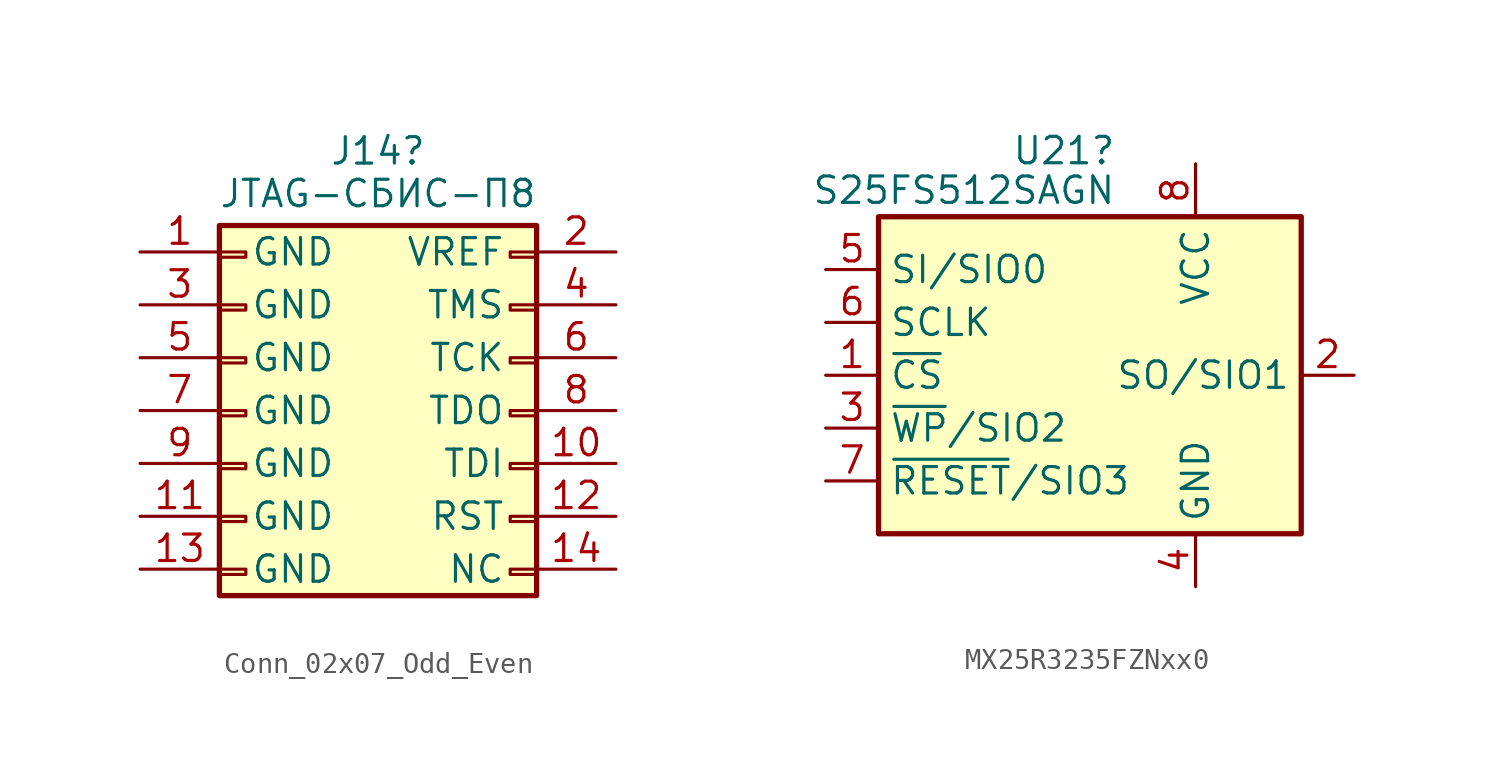
<source format=kicad_sym>
(kicad_symbol_lib
  (version 20241209)
  (generator "kicad_symbol_editor")
  (generator_version "9.0")
  (symbol "Conn_02x07_Odd_Even"
    (pin_names
      (offset 1.5))
    (property "Reference" "J14"
      (at 0 12.47 0)
      (effects (font (size 1.27 1.27))))
    (property "Value" "JTAG-СБИС-П8"
      (at 0 10.422 0)
      (effects (font (size 1.27 1.27))))
    (symbol "Conn_02x07_Odd_Even_1_1"
      (rectangle (start -7.62 8.89) (end 7.62 -8.89) (stroke (width 0.254) (type default)) (fill (type background)))
      (rectangle (start -7.62 7.62) (end -6.35 7.366) (stroke (width 0.152) (type default)) (fill (type none)))
      (rectangle (start -7.62 5.08) (end -6.35 4.826) (stroke (width 0.152) (type default)) (fill (type none)))
      (rectangle (start -7.62 2.54) (end -6.35 2.286) (stroke (width 0.152) (type default)) (fill (type none)))
      (rectangle (start -7.62 0) (end -6.35 -0.254) (stroke (width 0.152) (type default)) (fill (type none)))
      (rectangle (start -7.62 -2.54) (end -6.35 -2.794) (stroke (width 0.152) (type default)) (fill (type none)))
      (rectangle (start -7.62 -5.08) (end -6.35 -5.334) (stroke (width 0.152) (type default)) (fill (type none)))
      (rectangle (start -7.62 -7.62) (end -6.35 -7.874) (stroke (width 0.152) (type default)) (fill (type none)))
      (rectangle (start 6.35 0) (end 7.62 -0.254) (stroke (width 0.152) (type default)) (fill (type none)))
      (rectangle (start 6.35 -7.62) (end 7.62 -7.874) (stroke (width 0.152) (type default)) (fill (type none)))
      (rectangle (start 7.62 7.62) (end 6.35 7.366) (stroke (width 0.152) (type default)) (fill (type none)))
      (rectangle (start 7.62 5.08) (end 6.35 4.826) (stroke (width 0.152) (type default)) (fill (type none)))
      (rectangle (start 7.62 2.54) (end 6.35 2.286) (stroke (width 0.152) (type default)) (fill (type none)))
      (rectangle (start 7.62 -2.54) (end 6.35 -2.794) (stroke (width 0.152) (type default)) (fill (type none)))
      (rectangle (start 7.62 -5.08) (end 6.35 -5.334) (stroke (width 0.152) (type default)) (fill (type none)))
      (pin passive line (at -11.43 7.62 0) (length 3.81) (name "GND" (effects (font (size 1.27 1.27)))) (number "1" (effects (font (size 1.27 1.27)))))
      (pin passive line (at -11.43 5.08 0) (length 3.81) (name "GND" (effects (font (size 1.27 1.27)))) (number "3" (effects (font (size 1.27 1.27)))))
      (pin passive line (at -11.43 2.54 0) (length 3.81) (name "GND" (effects (font (size 1.27 1.27)))) (number "5" (effects (font (size 1.27 1.27)))))
      (pin passive line (at -11.43 0 0) (length 3.81) (name "GND" (effects (font (size 1.27 1.27)))) (number "7" (effects (font (size 1.27 1.27)))))
      (pin passive line (at -11.43 -2.54 0) (length 3.81) (name "GND" (effects (font (size 1.27 1.27)))) (number "9" (effects (font (size 1.27 1.27)))))
      (pin passive line (at -11.43 -5.08 0) (length 3.81) (name "GND" (effects (font (size 1.27 1.27)))) (number "11" (effects (font (size 1.27 1.27)))))
      (pin passive line (at -11.43 -7.62 0) (length 3.81) (name "GND" (effects (font (size 1.27 1.27)))) (number "13" (effects (font (size 1.27 1.27)))))
      (pin passive line (at 11.43 7.62 180) (length 3.81) (name "VREF" (effects (font (size 1.27 1.27)))) (number "2" (effects (font (size 1.27 1.27)))))
      (pin passive line (at 11.43 5.08 180) (length 3.81) (name "TMS" (effects (font (size 1.27 1.27)))) (number "4" (effects (font (size 1.27 1.27)))))
      (pin passive line (at 11.43 2.54 180) (length 3.81) (name "TCK" (effects (font (size 1.27 1.27)))) (number "6" (effects (font (size 1.27 1.27)))))
      (pin passive line (at 11.43 0 180) (length 3.81) (name "TDO" (effects (font (size 1.27 1.27)))) (number "8" (effects (font (size 1.27 1.27)))))
      (pin passive line (at 11.43 -2.54 180) (length 3.81) (name "TDI" (effects (font (size 1.27 1.27)))) (number "10" (effects (font (size 1.27 1.27)))))
      (pin passive line (at 11.43 -5.08 180) (length 3.81) (name "RST" (effects (font (size 1.27 1.27)))) (number "12" (effects (font (size 1.27 1.27)))))
      (pin passive line (at 11.43 -7.62 180) (length 3.81) (name "NC" (effects (font (size 1.27 1.27)))) (number "14" (effects (font (size 1.27 1.27)))))))
  (symbol "MX25R3235FZNxx0"
    (property "Reference" "U21"
      (at 1.27 10.795 0)
      (effects (font (size 1.27 1.27)) (justify right)))
    (property "Value" "S25FS512SAGN"
      (at 1.27 8.89 0)
      (effects (font (size 1.27 1.27)) (justify right)))
    (symbol "MX25R3235FZNxx0_1_1"
      (rectangle (start -10.16 7.62) (end 10.16 -7.62) (stroke (width 0.254) (type default)) (fill (type background)))
      (pin bidirectional line (at -12.7 5.08 0) (length 2.54) (name "SI/SIO0" (effects (font (size 1.27 1.27)))) (number "5" (effects (font (size 1.27 1.27)))))
      (pin input line (at -12.7 2.54 0) (length 2.54) (name "SCLK" (effects (font (size 1.27 1.27)))) (number "6" (effects (font (size 1.27 1.27)))))
      (pin input line (at -12.7 0 0) (length 2.54) (name "~{CS}" (effects (font (size 1.27 1.27)))) (number "1" (effects (font (size 1.27 1.27)))))
      (pin bidirectional line (at -12.7 -2.54 0) (length 2.54) (name "~{WP}/SIO2" (effects (font (size 1.27 1.27)))) (number "3" (effects (font (size 1.27 1.27)))))
      (pin bidirectional line (at -12.7 -5.08 0) (length 2.54) (name "~{RESET}/SIO3" (effects (font (size 1.27 1.27)))) (number "7" (effects (font (size 1.27 1.27)))))
      (pin power_in line (at 5.08 10.16 270) (length 2.54) (name "VCC" (effects (font (size 1.27 1.27)))) (number "8" (effects (font (size 1.27 1.27)))))
      (pin power_in line (at 5.08 -10.16 90) (length 2.54) (name "GND" (effects (font (size 1.27 1.27)))) (number "4" (effects (font (size 1.27 1.27)))))
      (pin passive line (at 5.08 -10.16 90) (length 2.54) (hide yes) (name "GND" (effects (font (size 1.27 1.27)))) (number "9" (effects (font (size 1.27 1.27)))))
      (pin bidirectional line (at 12.7 0 180) (length 2.54) (name "SO/SIO1" (effects (font (size 1.27 1.27)))) (number "2" (effects (font (size 1.27 1.27))))))))
</source>
